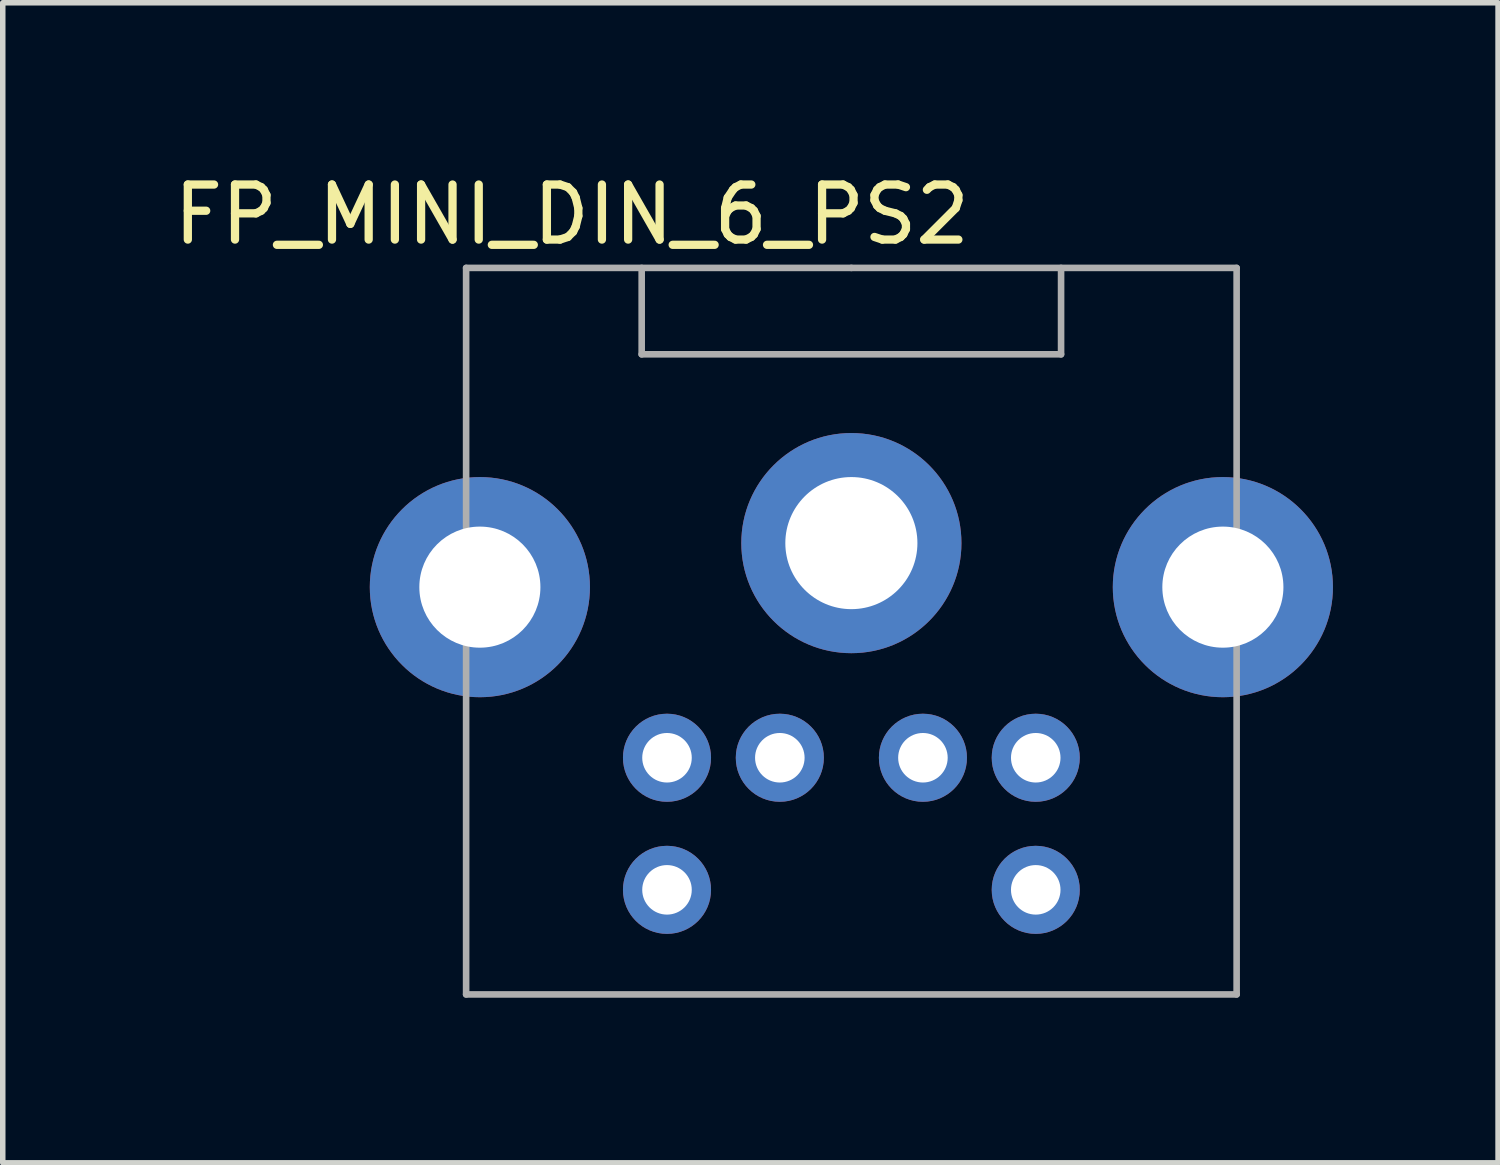
<source format=kicad_pcb>
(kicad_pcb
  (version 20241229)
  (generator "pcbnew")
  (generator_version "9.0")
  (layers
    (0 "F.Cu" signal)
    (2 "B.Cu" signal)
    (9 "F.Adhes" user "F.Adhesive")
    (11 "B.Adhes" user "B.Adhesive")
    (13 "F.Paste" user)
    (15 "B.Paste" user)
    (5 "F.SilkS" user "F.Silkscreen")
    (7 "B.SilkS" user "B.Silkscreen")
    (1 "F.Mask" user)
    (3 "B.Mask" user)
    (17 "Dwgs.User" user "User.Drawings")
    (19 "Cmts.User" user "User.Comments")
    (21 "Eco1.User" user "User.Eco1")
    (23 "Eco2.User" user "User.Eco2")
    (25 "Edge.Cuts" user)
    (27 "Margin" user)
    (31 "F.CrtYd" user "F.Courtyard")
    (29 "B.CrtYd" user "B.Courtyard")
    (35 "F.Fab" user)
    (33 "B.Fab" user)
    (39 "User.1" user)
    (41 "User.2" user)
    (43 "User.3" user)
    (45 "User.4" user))
  (footprint "FP_MINI_DIN_6_PS2"
    (layer "F.Cu")
    (at 12.419 1.818)
    (property "Reference" "FP_MINI_DIN_6_PS2" (at -5.08 -0.97 0) (layer "F.SilkS") (effects (font (size 1 1) (thickness 0.15))))
    (attr through_hole)
    (fp_line (start -7 0) (end -7 13.2) (stroke (width 0.12) (type solid)) (layer "F.Fab"))
    (fp_line (start -7 13.2) (end 7 13.2) (stroke (width 0.12) (type solid)) (layer "F.Fab"))
    (fp_line (start -3.81 0) (end -3.81 1.57) (stroke (width 0.12) (type solid)) (layer "F.Fab"))
    (fp_line (start -3.81 1.57) (end 3.81 1.57) (stroke (width 0.12) (type solid)) (layer "F.Fab"))
    (fp_line (start 0 0) (end -7 0) (stroke (width 0.12) (type solid)) (layer "F.Fab"))
    (fp_line (start 0 0) (end 7 0) (stroke (width 0.12) (type solid)) (layer "F.Fab"))
    (fp_line (start 3.81 1.57) (end 3.81 0) (stroke (width 0.12) (type solid)) (layer "F.Fab"))
    (fp_line (start 7 0) (end 7 13.2) (stroke (width 0.12) (type solid)) (layer "F.Fab"))
    (pad "" thru_hole circle (at -6.75 5.8) (size 4 4) (drill 2.2) (layers "*.Cu" "*.Mask"))
    (pad "" thru_hole circle (at 0 5) (size 4 4) (drill 2.4) (layers "*.Cu" "*.Mask"))
    (pad "" thru_hole circle (at 6.75 5.8) (size 4 4) (drill 2.2) (layers "*.Cu" "*.Mask"))
    (pad "1" thru_hole circle (at -1.3 8.9) (size 1.6 1.6) (drill 0.9) (layers "*.Cu" "*.Mask"))
    (pad "2" thru_hole circle (at 1.3 8.9) (size 1.6 1.6) (drill 0.9) (layers "*.Cu" "*.Mask"))
    (pad "3" thru_hole circle (at -3.35 8.9) (size 1.6 1.6) (drill 0.9) (layers "*.Cu" "*.Mask"))
    (pad "4" thru_hole circle (at 3.35 8.9) (size 1.6 1.6) (drill 0.9) (layers "*.Cu" "*.Mask"))
    (pad "5" thru_hole circle (at -3.35 11.3) (size 1.6 1.6) (drill 0.9) (layers "*.Cu" "*.Mask"))
    (pad "6" thru_hole circle (at 3.35 11.3) (size 1.6 1.6) (drill 0.9) (layers "*.Cu" "*.Mask")))
  (gr_rect
    (start -3 -3)
    (end 24.169 18.078)
    (stroke (width 0.1) (type default))
    (fill no)
    (layer "Edge.Cuts")))
</source>
